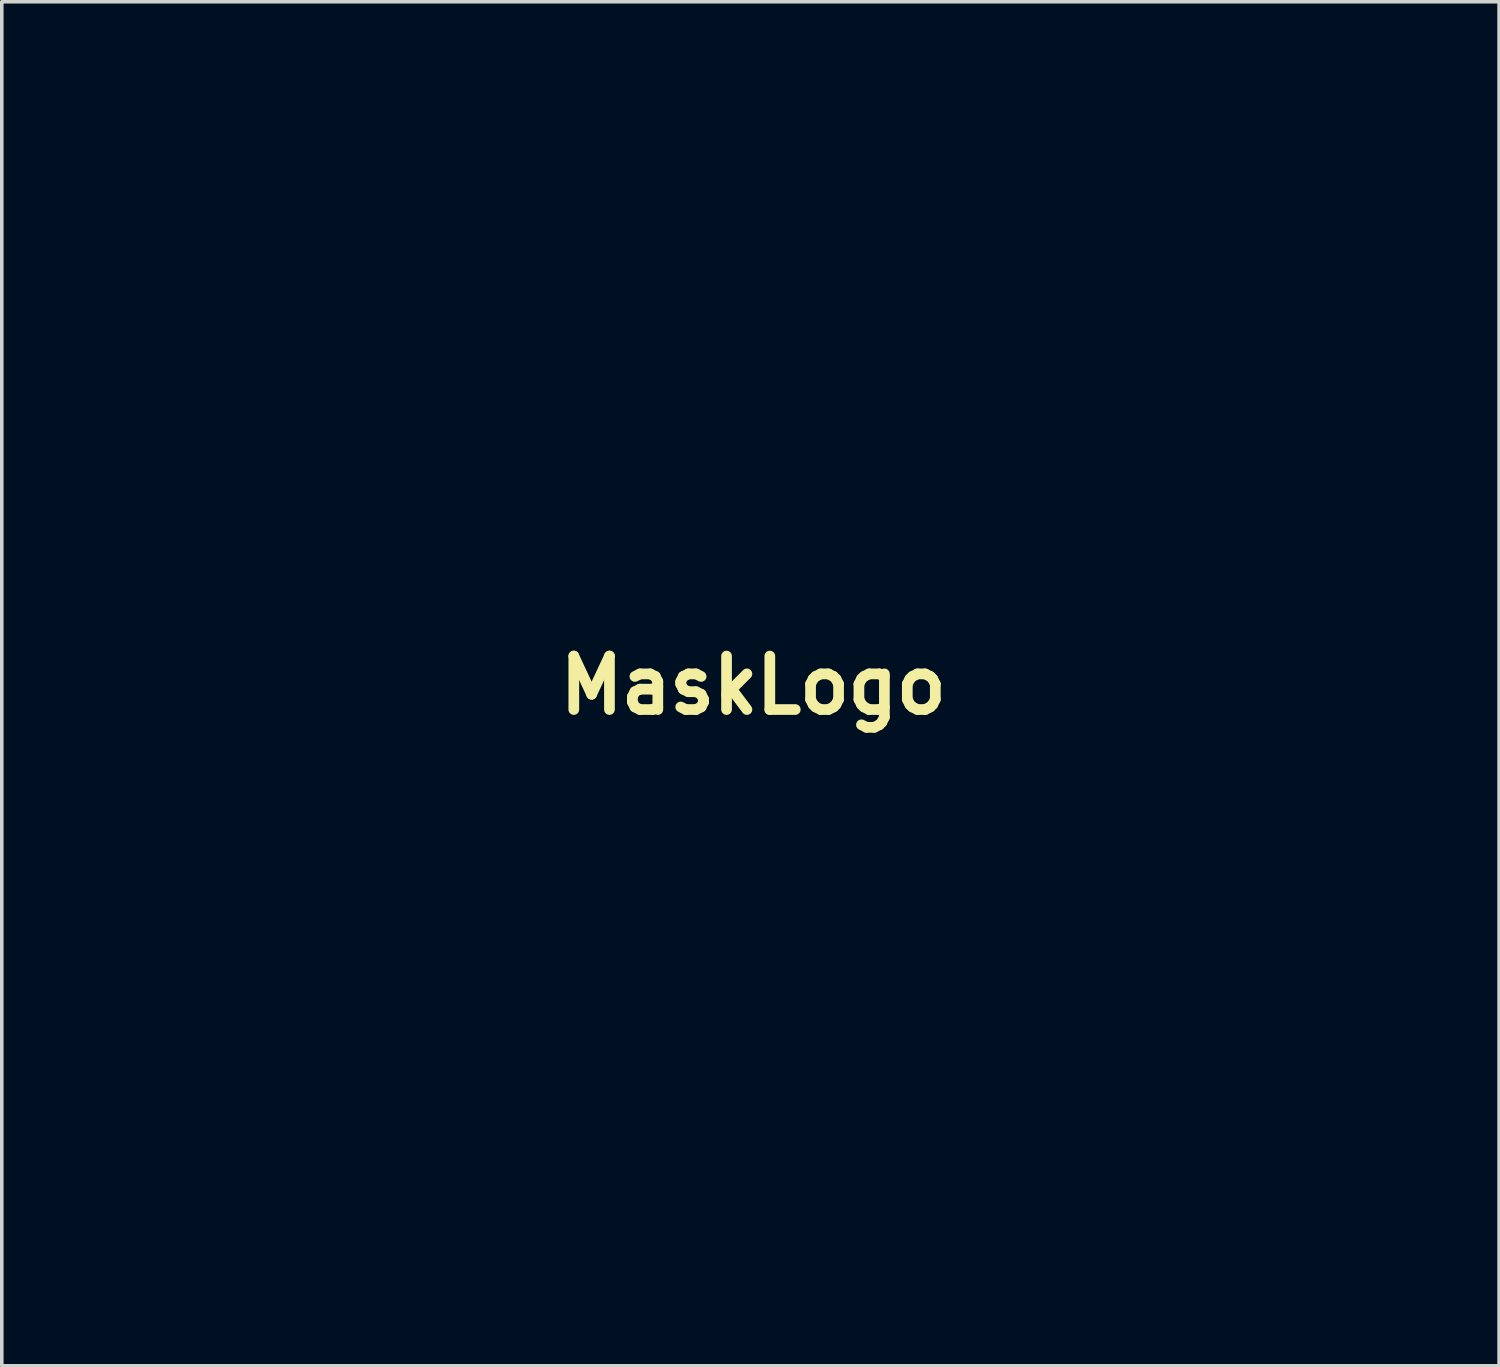
<source format=kicad_pcb>
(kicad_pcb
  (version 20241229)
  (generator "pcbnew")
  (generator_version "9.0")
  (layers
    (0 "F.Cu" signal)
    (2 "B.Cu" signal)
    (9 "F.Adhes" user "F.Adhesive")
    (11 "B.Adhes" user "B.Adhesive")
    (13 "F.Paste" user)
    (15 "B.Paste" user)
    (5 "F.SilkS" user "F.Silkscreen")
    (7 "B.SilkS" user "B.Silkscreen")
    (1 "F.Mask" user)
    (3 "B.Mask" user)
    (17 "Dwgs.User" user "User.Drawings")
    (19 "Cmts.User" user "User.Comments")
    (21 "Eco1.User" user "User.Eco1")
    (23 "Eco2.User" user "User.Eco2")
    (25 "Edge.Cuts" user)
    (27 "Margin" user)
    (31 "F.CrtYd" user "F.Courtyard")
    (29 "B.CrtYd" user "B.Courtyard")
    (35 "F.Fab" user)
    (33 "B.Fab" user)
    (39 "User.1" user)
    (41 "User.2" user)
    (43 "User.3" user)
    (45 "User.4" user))
  (footprint "MaskLogo"
    (layer "F.Cu")
    (at 18.086 16.18)
    (property "Reference" "MaskLogo" (at 0 0 0) (layer "F.SilkS") (effects (font (size 1.5 1.5) (thickness 0.3))))
    (attr board_only exclude_from_pos_files exclude_from_bom)
    (fp_poly (pts (xy -1.862 8.784) (xy -1.98 9.197) (xy -2.304 9.66) (xy -2.793 10.131) (xy -3.401 10.569) (xy -4.087 10.932) (xy -4.149 10.959) (xy -4.621 11.172) (xy -4.918 11.358) (xy -5.114 11.584) (xy -5.282 11.916) (xy -5.327 12.018) (xy -5.573 12.524) (xy -5.79 12.806) (xy -6.005 12.897) (xy -6.01 12.897) (xy -5.997 12.785) (xy -5.89 12.48) (xy -5.71 12.029) (xy -5.499 11.54) (xy -5.178 10.816) (xy -4.768 10.816) (xy -4.704 10.889) (xy -4.471 10.821) (xy -4.04 10.625) (xy -3.767 10.495) (xy -3.113 10.12) (xy -2.704 9.741) (xy -2.654 9.667) (xy -2.492 9.322) (xy -2.529 9.136) (xy -2.77 9.107) (xy -3.223 9.231) (xy -3.439 9.312) (xy -3.903 9.519) (xy -4.197 9.726) (xy -4.405 10.006) (xy -4.507 10.202) (xy -4.693 10.591) (xy -4.768 10.816) (xy -5.178 10.816) (xy -5.172 10.803) (xy -4.923 10.266) (xy -4.72 9.888) (xy -4.528 9.629) (xy -4.314 9.446) (xy -4.046 9.3) (xy -3.69 9.148) (xy -3.502 9.071) (xy -2.785 8.802) (xy -2.266 8.666) (xy -1.955 8.665)) (stroke (width 0) (type solid)) (fill yes) (layer "F.Mask"))
    (fp_poly (pts (xy -9.391 11.736) (xy -9.681 11.926) (xy -10.222 12.192) (xy -10.712 12.408) (xy -11.31 12.686) (xy -11.706 12.933) (xy -11.954 13.186) (xy -12.013 13.277) (xy -12.164 13.585) (xy -12.217 13.802) (xy -12.213 13.822) (xy -12.079 13.835) (xy -11.766 13.755) (xy -11.336 13.597) (xy -11.246 13.56) (xy -10.797 13.381) (xy -10.45 13.264) (xy -10.269 13.23) (xy -10.26 13.234) (xy -10.23 13.298) (xy -10.296 13.375) (xy -10.497 13.489) (xy -10.87 13.661) (xy -11.381 13.882) (xy -11.915 14.122) (xy -12.265 14.322) (xy -12.497 14.532) (xy -12.677 14.801) (xy -12.731 14.903) (xy -12.894 15.245) (xy -12.976 15.476) (xy -12.975 15.528) (xy -12.839 15.502) (xy -12.517 15.388) (xy -12.067 15.208) (xy -11.825 15.105) (xy -11.232 14.863) (xy -10.826 14.729) (xy -10.622 14.707) (xy -10.637 14.801) (xy -10.668 14.835) (xy -10.818 14.919) (xy -11.152 15.076) (xy -11.607 15.282) (xy -12.124 15.508) (xy -12.64 15.728) (xy -13.094 15.917) (xy -13.425 16.047) (xy -13.569 16.091) (xy -13.554 15.978) (xy -13.445 15.667) (xy -13.257 15.201) (xy -13.007 14.624) (xy -12.914 14.415) (xy -12.156 12.739) (xy -10.774 12.157) (xy -10.221 11.929) (xy -9.765 11.751) (xy -9.457 11.642) (xy -9.348 11.619)) (stroke (width 0) (type solid)) (fill yes) (layer "F.Mask"))
    (fp_poly (pts (xy -5.997 10.317) (xy -5.863 10.466) (xy -5.851 10.573) (xy -5.952 10.808) (xy -6.176 10.917) (xy -6.407 10.858) (xy -6.458 10.804) (xy -6.575 10.692) (xy -6.739 10.688) (xy -7.027 10.8) (xy -7.206 10.885) (xy -7.661 11.146) (xy -8.03 11.432) (xy -8.269 11.699) (xy -8.333 11.905) (xy -8.303 11.957) (xy -8.104 12.002) (xy -7.721 11.98) (xy -7.41 11.932) (xy -6.853 11.859) (xy -6.53 11.899) (xy -6.43 12.064) (xy -6.54 12.366) (xy -6.723 12.648) (xy -7.078 13.043) (xy -7.542 13.423) (xy -8.063 13.759) (xy -8.586 14.024) (xy -9.059 14.189) (xy -9.428 14.227) (xy -9.608 14.152) (xy -9.707 13.902) (xy -9.637 13.634) (xy -9.491 13.51) (xy -9.237 13.537) (xy -9.11 13.653) (xy -8.99 13.783) (xy -8.839 13.81) (xy -8.573 13.736) (xy -8.353 13.654) (xy -7.936 13.445) (xy -7.54 13.167) (xy -7.217 12.866) (xy -7.015 12.591) (xy -6.984 12.388) (xy -7.006 12.357) (xy -7.213 12.28) (xy -7.586 12.335) (xy -7.664 12.356) (xy -8.261 12.483) (xy -8.676 12.485) (xy -8.888 12.366) (xy -8.91 12.275) (xy -8.804 12.015) (xy -8.524 11.672) (xy -8.126 11.294) (xy -7.666 10.93) (xy -7.2 10.629) (xy -6.806 10.447) (xy -6.302 10.312)) (stroke (width 0) (type solid)) (fill yes) (layer "F.Mask"))
    (fp_poly (pts (xy 17.76 -16.086) (xy 17.926 -15.858) (xy 17.925 -15.652) (xy 17.759 -15.559) (xy 17.754 -15.559) (xy 17.46 -15.444) (xy 17.071 -15.115) (xy 16.609 -14.596) (xy 16.096 -13.913) (xy 15.554 -13.09) (xy 15.549 -13.082) (xy 14.61 -11.57) (xy 14.044 -11.57) (xy 13.589 -11.518) (xy 13.261 -11.331) (xy 13.165 -11.237) (xy 12.778 -10.945) (xy 12.325 -10.774) (xy 11.873 -10.73) (xy 11.495 -10.818) (xy 11.258 -11.042) (xy 11.234 -11.102) (xy 11.114 -11.476) (xy 11.035 -11.645) (xy 10.953 -11.657) (xy 10.826 -11.56) (xy 10.823 -11.557) (xy 10.654 -11.342) (xy 10.442 -10.973) (xy 10.293 -10.662) (xy 10.103 -10.26) (xy 9.953 -10.054) (xy 9.79 -9.99) (xy 9.609 -10.006) (xy 9.261 -10.084) (xy 9.043 -10.154) (xy 8.831 -10.11) (xy 8.57 -9.814) (xy 8.535 -9.761) (xy 8.312 -9.461) (xy 8.118 -9.349) (xy 7.87 -9.374) (xy 7.515 -9.515) (xy 7.294 -9.661) (xy 7.153 -9.753) (xy 7.019 -9.713) (xy 6.836 -9.506) (xy 6.656 -9.252) (xy 6.19 -8.697) (xy 5.698 -8.381) (xy 5.128 -8.278) (xy 4.764 -8.302) (xy 4.365 -8.34) (xy 4.152 -8.305) (xy 4.051 -8.183) (xy 4.039 -8.15) (xy 3.675 -7.293) (xy 3.14 -6.445) (xy 2.402 -5.556) (xy 2.151 -5.289) (xy 1.705 -4.839) (xy 1.318 -4.469) (xy 1.029 -4.216) (xy 0.88 -4.119) (xy 0.879 -4.119) (xy 0.686 -4.038) (xy 0.326 -3.819) (xy -0.162 -3.49) (xy -0.737 -3.082) (xy -1.362 -2.623) (xy -1.995 -2.141) (xy -2.598 -1.667) (xy -3.131 -1.229) (xy -3.504 -0.902) (xy -3.903 -0.562) (xy -4.448 -0.134) (xy -5.097 0.353) (xy -5.811 0.873) (xy -6.55 1.396) (xy -7.276 1.896) (xy -7.948 2.345) (xy -8.526 2.715) (xy -8.972 2.978) (xy -9.242 3.107) (xy -9.488 3.239) (xy -9.836 3.489) (xy -10.078 3.69) (xy -10.331 3.937) (xy -10.558 4.229) (xy -10.786 4.614) (xy -11.046 5.143) (xy -11.366 5.865) (xy -11.418 5.984) (xy -11.721 6.675) (xy -12.02 7.324) (xy -12.285 7.87) (xy -12.487 8.25) (xy -12.529 8.32) (xy -12.965 9.072) (xy -13.446 10.015) (xy -13.943 11.083) (xy -14.423 12.212) (xy -14.576 12.596) (xy -14.833 13.215) (xy -15.087 13.759) (xy -15.308 14.168) (xy -15.469 14.388) (xy -15.474 14.393) (xy -15.71 14.567) (xy -15.873 14.601) (xy -16.058 14.54) (xy -16.158 14.472) (xy -16.198 14.348) (xy -16.167 14.139) (xy -16.057 13.814) (xy -15.855 13.343) (xy -15.552 12.696) (xy -15.141 11.851) (xy -14.564 10.658) (xy -14.03 9.525) (xy -13.551 8.477) (xy -13.138 7.542) (xy -12.802 6.744) (xy -12.554 6.111) (xy -12.406 5.667) (xy -12.368 5.464) (xy -12.448 5.384) (xy -12.695 5.491) (xy -13.113 5.787) (xy -13.392 6.012) (xy -13.829 6.368) (xy -14.287 6.734) (xy -14.424 6.842) (xy -15.039 7.328) (xy -15.488 7.692) (xy -15.818 7.976) (xy -16.072 8.219) (xy -16.298 8.462) (xy -16.427 8.611) (xy -16.787 8.978) (xy -17.094 9.149) (xy -17.289 9.176) (xy -17.636 9.1) (xy -17.934 8.915) (xy -18.083 8.687) (xy -18.086 8.651) (xy -17.988 8.514) (xy -17.718 8.247) (xy -17.317 7.884) (xy -16.823 7.459) (xy -16.274 7.006) (xy -15.708 6.559) (xy -15.649 6.513) (xy -15.125 6.121) (xy -14.559 5.721) (xy -13.893 5.273) (xy -13.07 4.739) (xy -12.834 4.588) (xy -12.528 4.392) (xy -12.276 4.215) (xy -12.061 4.03) (xy -11.87 3.808) (xy -11.686 3.519) (xy -11.495 3.136) (xy -11.282 2.629) (xy -11.153 2.293) (xy -9.955 2.293) (xy -9.937 2.353) (xy -9.85 2.348) (xy -9.672 2.264) (xy -9.377 2.089) (xy -8.942 1.807) (xy -8.343 1.406) (xy -7.554 0.872) (xy -7.303 0.701) (xy -6.107 -0.123) (xy -4.791 -1.048) (xy -3.428 -2.023) (xy -2.093 -2.992) (xy -0.861 -3.903) (xy -0.199 -4.4) (xy 0.609 -5.083) (xy 1.319 -5.816) (xy 1.91 -6.567) (xy 2.364 -7.303) (xy 2.659 -7.991) (xy 2.778 -8.6) (xy 2.699 -9.096) (xy 2.668 -9.161) (xy 2.513 -9.333) (xy 2.259 -9.424) (xy 2.162 -9.426) (xy 5.319 -9.426) (xy 5.398 -9.314) (xy 5.58 -9.378) (xy 5.721 -9.512) (xy 5.824 -9.712) (xy 5.807 -9.797) (xy 5.659 -9.791) (xy 5.463 -9.657) (xy 5.33 -9.48) (xy 5.319 -9.426) (xy 2.162 -9.426) (xy 1.88 -9.43) (xy 1.351 -9.347) (xy 0.645 -9.172) (xy -0.262 -8.9) (xy -1.062 -8.641) (xy -2.012 -8.323) (xy -2.763 -8.061) (xy -3.371 -7.831) (xy -3.892 -7.608) (xy -4.381 -7.368) (xy -4.892 -7.087) (xy -5.482 -6.741) (xy -5.666 -6.631) (xy -6.143 -6.351) (xy -6.535 -6.132) (xy -6.785 -6.004) (xy -6.842 -5.984) (xy -7.074 -5.891) (xy -7.383 -5.659) (xy -7.688 -5.361) (xy -7.904 -5.07) (xy -7.911 -5.056) (xy -8.023 -4.765) (xy -8.164 -4.291) (xy -8.311 -3.712) (xy -8.389 -3.371) (xy -8.534 -2.745) (xy -8.726 -1.995) (xy -8.972 -1.091) (xy -9.282 -0.008) (xy -9.661 1.284) (xy -9.929 2.181) (xy -9.955 2.293) (xy -11.153 2.293) (xy -11.03 1.97) (xy -10.725 1.13) (xy -10.351 0.08) (xy -10.174 -0.418) (xy -9.737 -1.679) (xy -9.392 -2.736) (xy -9.14 -3.581) (xy -8.985 -4.205) (xy -8.929 -4.6) (xy -8.959 -4.747) (xy -9.103 -4.717) (xy -9.421 -4.554) (xy -9.872 -4.285) (xy -10.417 -3.935) (xy -11.013 -3.53) (xy -11.621 -3.095) (xy -11.8 -2.962) (xy -12.351 -2.573) (xy -12.749 -2.361) (xy -13.032 -2.316) (xy -13.238 -2.429) (xy -13.351 -2.588) (xy -13.549 -2.887) (xy -13.664 -3.029) (xy -13.813 -3.283) (xy -13.749 -3.515) (xy -13.456 -3.75) (xy -12.972 -3.987) (xy -12.531 -4.198) (xy -11.978 -4.492) (xy -11.428 -4.809) (xy -11.379 -4.838) (xy -10.773 -5.205) (xy -10.085 -5.616) (xy -9.465 -5.984) (xy -9.463 -5.985) (xy -8.971 -6.29) (xy -8.634 -6.557) (xy -8.408 -6.854) (xy -8.25 -7.249) (xy -8.117 -7.807) (xy -8.048 -8.154) (xy -7.952 -8.615) (xy -7.864 -8.965) (xy -7.805 -9.129) (xy -7.803 -9.13) (xy -7.636 -9.151) (xy -7.457 -9.113) (xy -7.295 -9.026) (xy -7.212 -8.859) (xy -7.202 -8.562) (xy -7.259 -8.082) (xy -7.308 -7.78) (xy -7.365 -7.394) (xy -7.39 -7.137) (xy -7.385 -7.078) (xy -7.258 -7.112) (xy -6.951 -7.233) (xy -6.525 -7.417) (xy -6.436 -7.458) (xy -5.874 -7.7) (xy -5.185 -7.98) (xy -4.492 -8.248) (xy -4.292 -8.322) (xy -3.645 -8.57) (xy -2.984 -8.845) (xy -2.422 -9.097) (xy -2.268 -9.172) (xy -1.824 -9.379) (xy -1.448 -9.525) (xy -1.234 -9.576) (xy -1.014 -9.619) (xy -0.609 -9.732) (xy -0.082 -9.899) (xy 0.332 -10.039) (xy 1.206 -10.315) (xy 1.892 -10.464) (xy 2.434 -10.486) (xy 2.877 -10.384) (xy 3.264 -10.159) (xy 3.266 -10.159) (xy 3.641 -9.935) (xy 3.991 -9.892) (xy 4.38 -10.04) (xy 4.865 -10.383) (xy 5.234 -10.641) (xy 5.547 -10.746) (xy 5.924 -10.738) (xy 6.324 -10.732) (xy 6.644 -10.855) (xy 6.916 -11.057) (xy 7.346 -11.349) (xy 7.695 -11.415) (xy 8.014 -11.26) (xy 8.112 -11.171) (xy 8.327 -10.977) (xy 8.446 -10.905) (xy 8.531 -11.016) (xy 8.667 -11.296) (xy 8.726 -11.437) (xy 8.893 -11.781) (xy 9.076 -11.935) (xy 9.328 -11.969) (xy 9.655 -11.899) (xy 9.797 -11.758) (xy 9.9 -11.646) (xy 10.007 -11.745) (xy 10.074 -11.969) (xy 12.434 -11.969) (xy 12.44 -11.846) (xy 12.485 -11.836) (xy 12.673 -11.933) (xy 12.7 -11.969) (xy 12.694 -12.091) (xy 12.649 -12.102) (xy 12.461 -12.005) (xy 12.434 -11.969) (xy 10.074 -11.969) (xy 10.085 -12.004) (xy 10.105 -12.252) (xy 10.188 -12.642) (xy 10.419 -12.815) (xy 10.781 -12.759) (xy 10.884 -12.711) (xy 11.282 -12.505) (xy 11.565 -12.899) (xy 12.434 -12.899) (xy 12.445 -12.777) (xy 12.493 -12.766) (xy 12.628 -12.863) (xy 12.634 -12.899) (xy 12.588 -13.029) (xy 12.575 -13.032) (xy 12.461 -12.939) (xy 12.434 -12.899) (xy 11.565 -12.899) (xy 11.761 -13.172) (xy 12.191 -13.697) (xy 12.565 -13.982) (xy 12.912 -14.043) (xy 13.217 -13.919) (xy 13.491 -13.616) (xy 13.589 -13.335) (xy 13.624 -13.187) (xy 13.689 -13.21) (xy 13.804 -13.43) (xy 13.986 -13.872) (xy 14.008 -13.929) (xy 14.202 -14.397) (xy 14.375 -14.761) (xy 14.495 -14.957) (xy 14.509 -14.969) (xy 14.707 -14.981) (xy 15.034 -14.913) (xy 15.103 -14.891) (xy 15.355 -14.819) (xy 15.551 -14.825) (xy 15.76 -14.939) (xy 16.052 -15.191) (xy 16.271 -15.396) (xy 16.811 -15.864) (xy 17.229 -16.121) (xy 17.549 -16.18)) (stroke (width 0) (type solid)) (fill yes) (layer "F.Mask")))
  (gr_rect
    (start -3 -3)
    (end 39.012 35.271)
    (stroke (width 0.1) (type default))
    (fill no)
    (layer "Edge.Cuts")))
</source>
